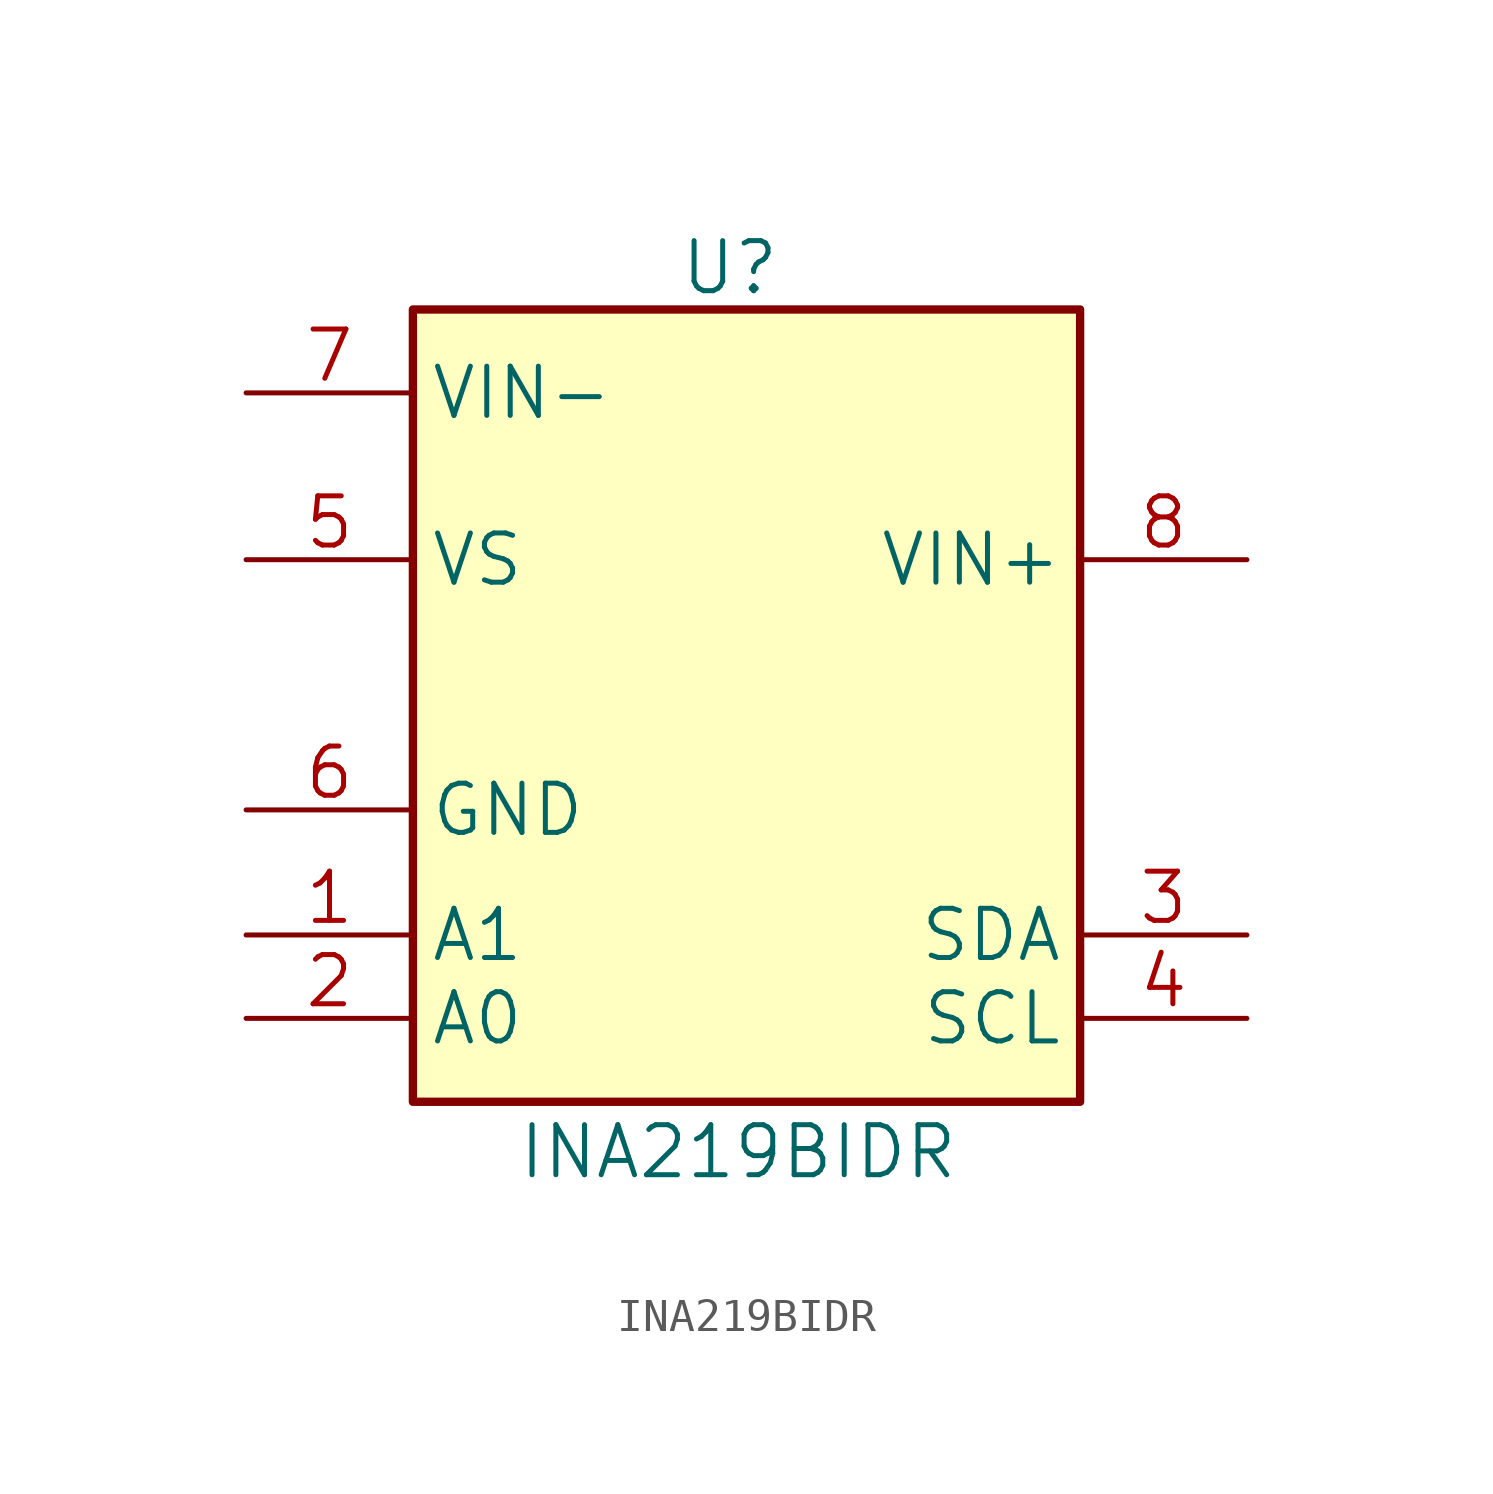
<source format=kicad_sym>
(kicad_symbol_lib
  (version 20231120)
  (generator "kicad_symbol_editor")
  (generator_version "8.0")
  (symbol "INA219BIDR"
    (property "Reference" "U"
      (at -0.508 13.97 0)
      (do_not_autoplace)
      (effects (font (size 1.524 1.524))))
    (property "Value" "INA219BIDR"
      (at -0.254 -12.954 0)
      (do_not_autoplace)
      (effects (font (size 1.524 1.524))))
    (property "Datasheet" ""
      (at 0 0 0)
      (effects (font (size 1.524 1.524))))
    (symbol "INA219BIDR_1_1"
      (rectangle (start -10.16 12.7) (end 10.16 -11.43) (stroke (width 0.254) (type default)) (fill (type background)))
      (pin unspecified line (at -15.24 -6.35 0) (length 5.08) (name "A1" (effects (font (size 1.499 1.499)))) (number "1" (effects (font (size 1.499 1.499)))))
      (pin unspecified line (at -15.24 -8.89 0) (length 5.08) (name "A0" (effects (font (size 1.499 1.499)))) (number "2" (effects (font (size 1.499 1.499)))))
      (pin bidirectional line (at 15.24 -6.35 180) (length 5.08) (name "SDA" (effects (font (size 1.499 1.499)))) (number "3" (effects (font (size 1.499 1.499)))))
      (pin unspecified line (at 15.24 -8.89 180) (length 5.08) (name "SCL" (effects (font (size 1.499 1.499)))) (number "4" (effects (font (size 1.499 1.499)))))
      (pin unspecified line (at -15.24 5.08 0) (length 5.08) (name "VS" (effects (font (size 1.499 1.499)))) (number "5" (effects (font (size 1.499 1.499)))))
      (pin passive line (at -15.24 -2.54 0) (length 5.08) (name "GND" (effects (font (size 1.499 1.499)))) (number "6" (effects (font (size 1.499 1.499)))))
      (pin passive line (at -15.24 10.16 0) (length 5.08) (name "VIN-" (effects (font (size 1.499 1.499)))) (number "7" (effects (font (size 1.499 1.499)))))
      (pin passive line (at 15.24 5.08 180) (length 5.08) (name "VIN+" (effects (font (size 1.499 1.499)))) (number "8" (effects (font (size 1.499 1.499))))))))
</source>
